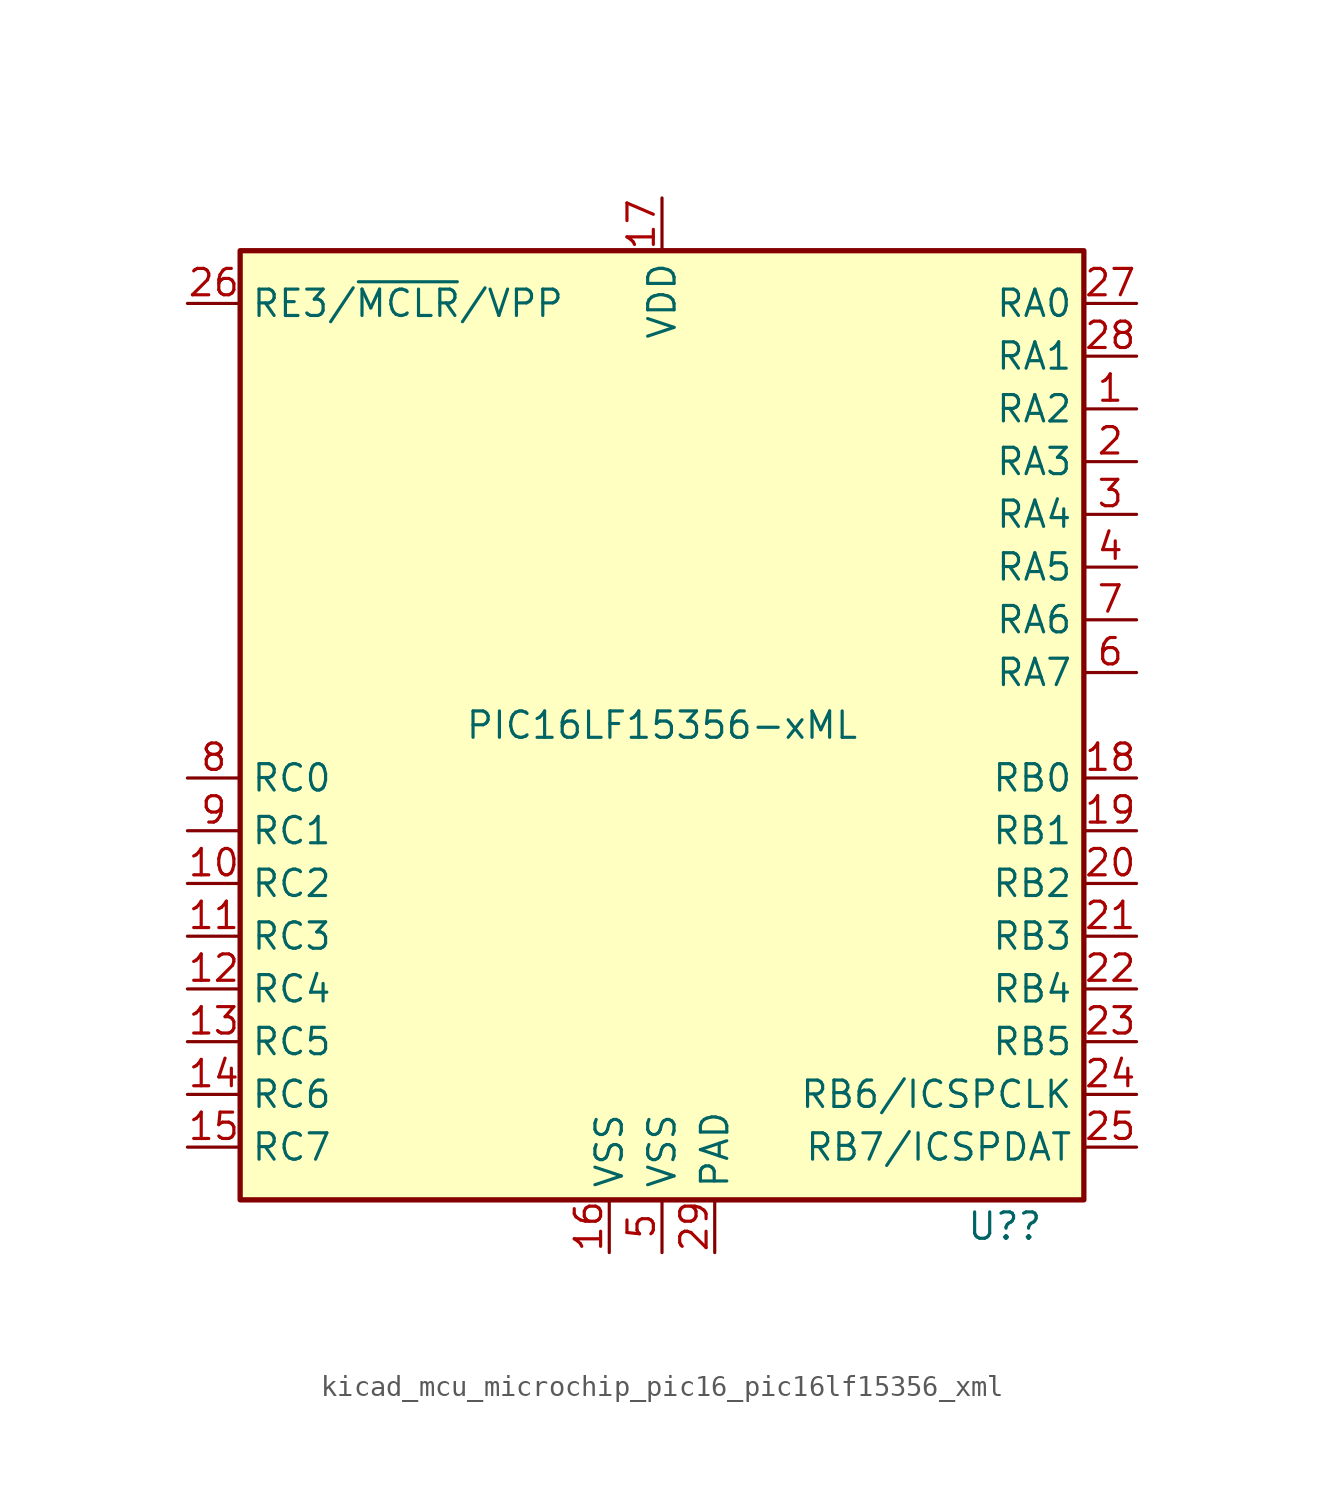
<source format=kicad_sym>
(kicad_symbol_lib
  (version 20220914)
  (generator kicad_symbol_editor)
  (symbol "kicad_mcu_microchip_pic16_pic16lf15356_xml"
    (property "Reference" "U?"
      (at 16.51 -24.13 0)
      (effects (font (size 1.27 1.27))))
    (property "Value" "PIC16LF15356-xML"
      (at 0 0 0)
      (effects (font (size 1.27 1.27))))
    (symbol "kicad_mcu_microchip_pic16_pic16lf15356_xml_0_0"
      (pin power_in line (at 2.54 -25.4 90) (length 2.54) (name "PAD" (effects (font (size 1.27 1.27)))) (number "29" (effects (font (size 1.27 1.27))))))
    (symbol "kicad_mcu_microchip_pic16_pic16lf15356_xml_0_1"
      (rectangle (start -20.32 -22.86) (end 20.32 22.86) (stroke (width 0.254) (type default)) (fill (type background))))
    (symbol "kicad_mcu_microchip_pic16_pic16lf15356_xml_1_1"
      (pin bidirectional line (at 22.86 15.24 180) (length 2.54) (name "RA2" (effects (font (size 1.27 1.27)))) (number "1" (effects (font (size 1.27 1.27)))))
      (pin bidirectional line (at -22.86 -7.62 0) (length 2.54) (name "RC2" (effects (font (size 1.27 1.27)))) (number "10" (effects (font (size 1.27 1.27)))))
      (pin bidirectional line (at -22.86 -10.16 0) (length 2.54) (name "RC3" (effects (font (size 1.27 1.27)))) (number "11" (effects (font (size 1.27 1.27)))))
      (pin bidirectional line (at -22.86 -12.7 0) (length 2.54) (name "RC4" (effects (font (size 1.27 1.27)))) (number "12" (effects (font (size 1.27 1.27)))))
      (pin bidirectional line (at -22.86 -15.24 0) (length 2.54) (name "RC5" (effects (font (size 1.27 1.27)))) (number "13" (effects (font (size 1.27 1.27)))))
      (pin bidirectional line (at -22.86 -17.78 0) (length 2.54) (name "RC6" (effects (font (size 1.27 1.27)))) (number "14" (effects (font (size 1.27 1.27)))))
      (pin bidirectional line (at -22.86 -20.32 0) (length 2.54) (name "RC7" (effects (font (size 1.27 1.27)))) (number "15" (effects (font (size 1.27 1.27)))))
      (pin power_in line (at -2.54 -25.4 90) (length 2.54) (name "VSS" (effects (font (size 1.27 1.27)))) (number "16" (effects (font (size 1.27 1.27)))))
      (pin power_in line (at 0 25.4 270) (length 2.54) (name "VDD" (effects (font (size 1.27 1.27)))) (number "17" (effects (font (size 1.27 1.27)))))
      (pin bidirectional line (at 22.86 -2.54 180) (length 2.54) (name "RB0" (effects (font (size 1.27 1.27)))) (number "18" (effects (font (size 1.27 1.27)))))
      (pin bidirectional line (at 22.86 -5.08 180) (length 2.54) (name "RB1" (effects (font (size 1.27 1.27)))) (number "19" (effects (font (size 1.27 1.27)))))
      (pin bidirectional line (at 22.86 12.7 180) (length 2.54) (name "RA3" (effects (font (size 1.27 1.27)))) (number "2" (effects (font (size 1.27 1.27)))))
      (pin bidirectional line (at 22.86 -7.62 180) (length 2.54) (name "RB2" (effects (font (size 1.27 1.27)))) (number "20" (effects (font (size 1.27 1.27)))))
      (pin bidirectional line (at 22.86 -10.16 180) (length 2.54) (name "RB3" (effects (font (size 1.27 1.27)))) (number "21" (effects (font (size 1.27 1.27)))))
      (pin bidirectional line (at 22.86 -12.7 180) (length 2.54) (name "RB4" (effects (font (size 1.27 1.27)))) (number "22" (effects (font (size 1.27 1.27)))))
      (pin bidirectional line (at 22.86 -15.24 180) (length 2.54) (name "RB5" (effects (font (size 1.27 1.27)))) (number "23" (effects (font (size 1.27 1.27)))))
      (pin bidirectional line (at 22.86 -17.78 180) (length 2.54) (name "RB6/ICSPCLK" (effects (font (size 1.27 1.27)))) (number "24" (effects (font (size 1.27 1.27)))))
      (pin bidirectional line (at 22.86 -20.32 180) (length 2.54) (name "RB7/ICSPDAT" (effects (font (size 1.27 1.27)))) (number "25" (effects (font (size 1.27 1.27)))))
      (pin bidirectional line (at -22.86 20.32 0) (length 2.54) (name "RE3/~{MCLR}/VPP" (effects (font (size 1.27 1.27)))) (number "26" (effects (font (size 1.27 1.27)))))
      (pin bidirectional line (at 22.86 20.32 180) (length 2.54) (name "RA0" (effects (font (size 1.27 1.27)))) (number "27" (effects (font (size 1.27 1.27)))))
      (pin bidirectional line (at 22.86 17.78 180) (length 2.54) (name "RA1" (effects (font (size 1.27 1.27)))) (number "28" (effects (font (size 1.27 1.27)))))
      (pin bidirectional line (at 22.86 10.16 180) (length 2.54) (name "RA4" (effects (font (size 1.27 1.27)))) (number "3" (effects (font (size 1.27 1.27)))))
      (pin bidirectional line (at 22.86 7.62 180) (length 2.54) (name "RA5" (effects (font (size 1.27 1.27)))) (number "4" (effects (font (size 1.27 1.27)))))
      (pin power_in line (at 0 -25.4 90) (length 2.54) (name "VSS" (effects (font (size 1.27 1.27)))) (number "5" (effects (font (size 1.27 1.27)))))
      (pin bidirectional line (at 22.86 2.54 180) (length 2.54) (name "RA7" (effects (font (size 1.27 1.27)))) (number "6" (effects (font (size 1.27 1.27)))))
      (pin bidirectional line (at 22.86 5.08 180) (length 2.54) (name "RA6" (effects (font (size 1.27 1.27)))) (number "7" (effects (font (size 1.27 1.27)))))
      (pin bidirectional line (at -22.86 -2.54 0) (length 2.54) (name "RC0" (effects (font (size 1.27 1.27)))) (number "8" (effects (font (size 1.27 1.27)))))
      (pin bidirectional line (at -22.86 -5.08 0) (length 2.54) (name "RC1" (effects (font (size 1.27 1.27)))) (number "9" (effects (font (size 1.27 1.27))))))))
</source>
